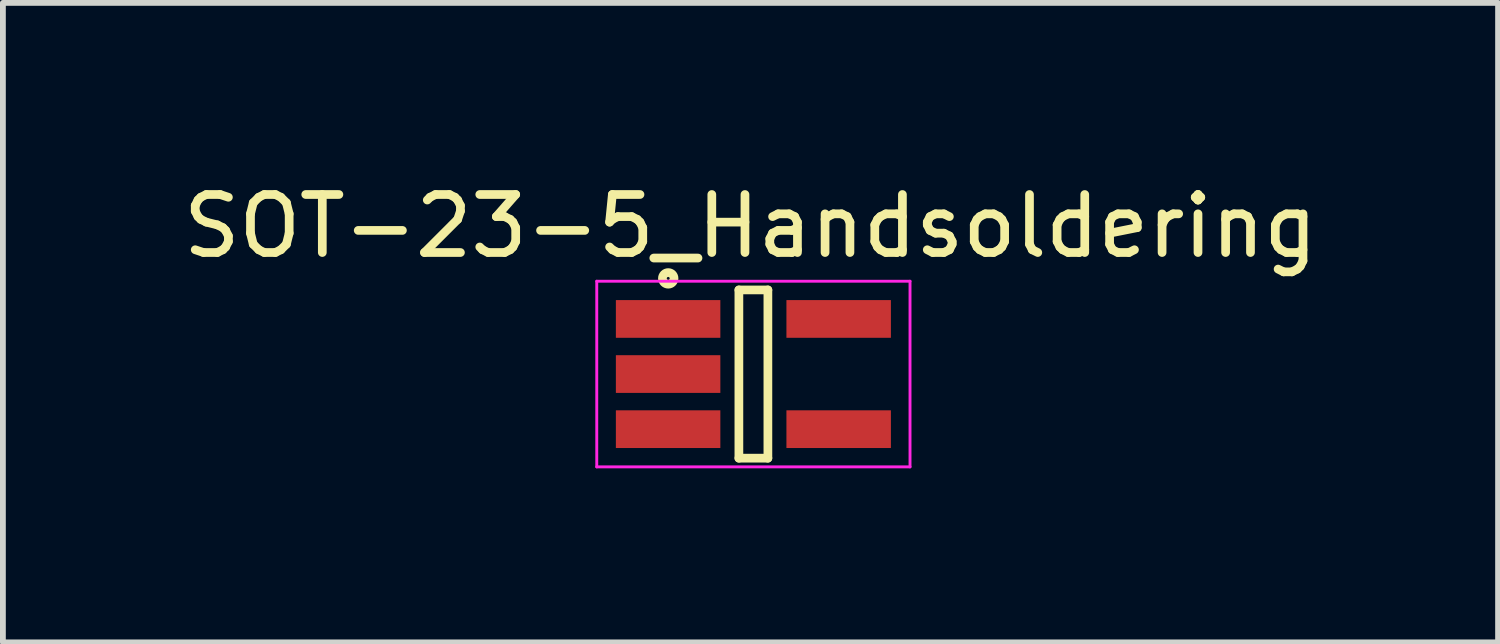
<source format=kicad_pcb>
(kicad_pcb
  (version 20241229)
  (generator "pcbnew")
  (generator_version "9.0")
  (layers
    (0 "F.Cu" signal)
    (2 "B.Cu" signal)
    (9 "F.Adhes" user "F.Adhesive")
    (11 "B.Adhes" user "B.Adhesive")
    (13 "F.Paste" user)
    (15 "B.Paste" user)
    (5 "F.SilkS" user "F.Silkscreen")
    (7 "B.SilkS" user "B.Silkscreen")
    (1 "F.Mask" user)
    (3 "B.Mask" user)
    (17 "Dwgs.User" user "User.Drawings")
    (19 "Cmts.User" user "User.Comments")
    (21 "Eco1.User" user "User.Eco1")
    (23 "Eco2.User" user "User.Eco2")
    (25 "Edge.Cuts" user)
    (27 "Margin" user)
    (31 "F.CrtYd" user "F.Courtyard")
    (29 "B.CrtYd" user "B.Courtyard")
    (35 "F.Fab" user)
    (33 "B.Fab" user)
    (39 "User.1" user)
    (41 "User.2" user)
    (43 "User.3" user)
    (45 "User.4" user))
  (footprint "SOT-23-5_Handsoldering"
    (layer "F.Cu")
    (at 9.937 3.398)
    (property "Reference" "SOT-23-5_Handsoldering" (at -0.05 -2.55 0) (layer "F.SilkS") (effects (font (size 1 1) (thickness 0.15))))
    (attr smd)
    (fp_line (start -0.25 -1.45) (end -0.25 1.45) (stroke (width 0.15) (type solid)) (layer "F.SilkS"))
    (fp_line (start -0.25 1.45) (end 0.25 1.45) (stroke (width 0.15) (type solid)) (layer "F.SilkS"))
    (fp_line (start 0.25 -1.45) (end -0.25 -1.45) (stroke (width 0.15) (type solid)) (layer "F.SilkS"))
    (fp_line (start 0.25 1.45) (end 0.25 -1.45) (stroke (width 0.15) (type solid)) (layer "F.SilkS"))
    (fp_circle (center -1.468 -1.649) (end -1.368 -1.649) (stroke (width 0.15) (type solid)) (fill no) (layer "F.SilkS"))
    (fp_line (start -2.7 -1.6) (end 2.7 -1.6) (stroke (width 0.05) (type solid)) (layer "F.CrtYd"))
    (fp_line (start -2.7 1.6) (end -2.7 -1.6) (stroke (width 0.05) (type solid)) (layer "F.CrtYd"))
    (fp_line (start 2.7 -1.6) (end 2.7 1.6) (stroke (width 0.05) (type solid)) (layer "F.CrtYd"))
    (fp_line (start 2.7 1.6) (end -2.7 1.6) (stroke (width 0.05) (type solid)) (layer "F.CrtYd"))
    (pad "1" smd rect (at -1.47 -0.95) (size 1.801 0.65) (layers "F.Cu" "F.Mask" "F.Paste"))
    (pad "2" smd rect (at -1.47 0) (size 1.801 0.65) (layers "F.Cu" "F.Mask" "F.Paste"))
    (pad "3" smd rect (at -1.47 0.95) (size 1.801 0.65) (layers "F.Cu" "F.Mask" "F.Paste"))
    (pad "4" smd rect (at 1.47 0.95) (size 1.801 0.65) (layers "F.Cu" "F.Mask" "F.Paste"))
    (pad "5" smd rect (at 1.47 -0.95) (size 1.801 0.65) (layers "F.Cu" "F.Mask" "F.Paste")))
  (gr_rect
    (start -3 -3)
    (end 22.774 8.023)
    (stroke (width 0.1) (type default))
    (fill no)
    (layer "Edge.Cuts")))
</source>
